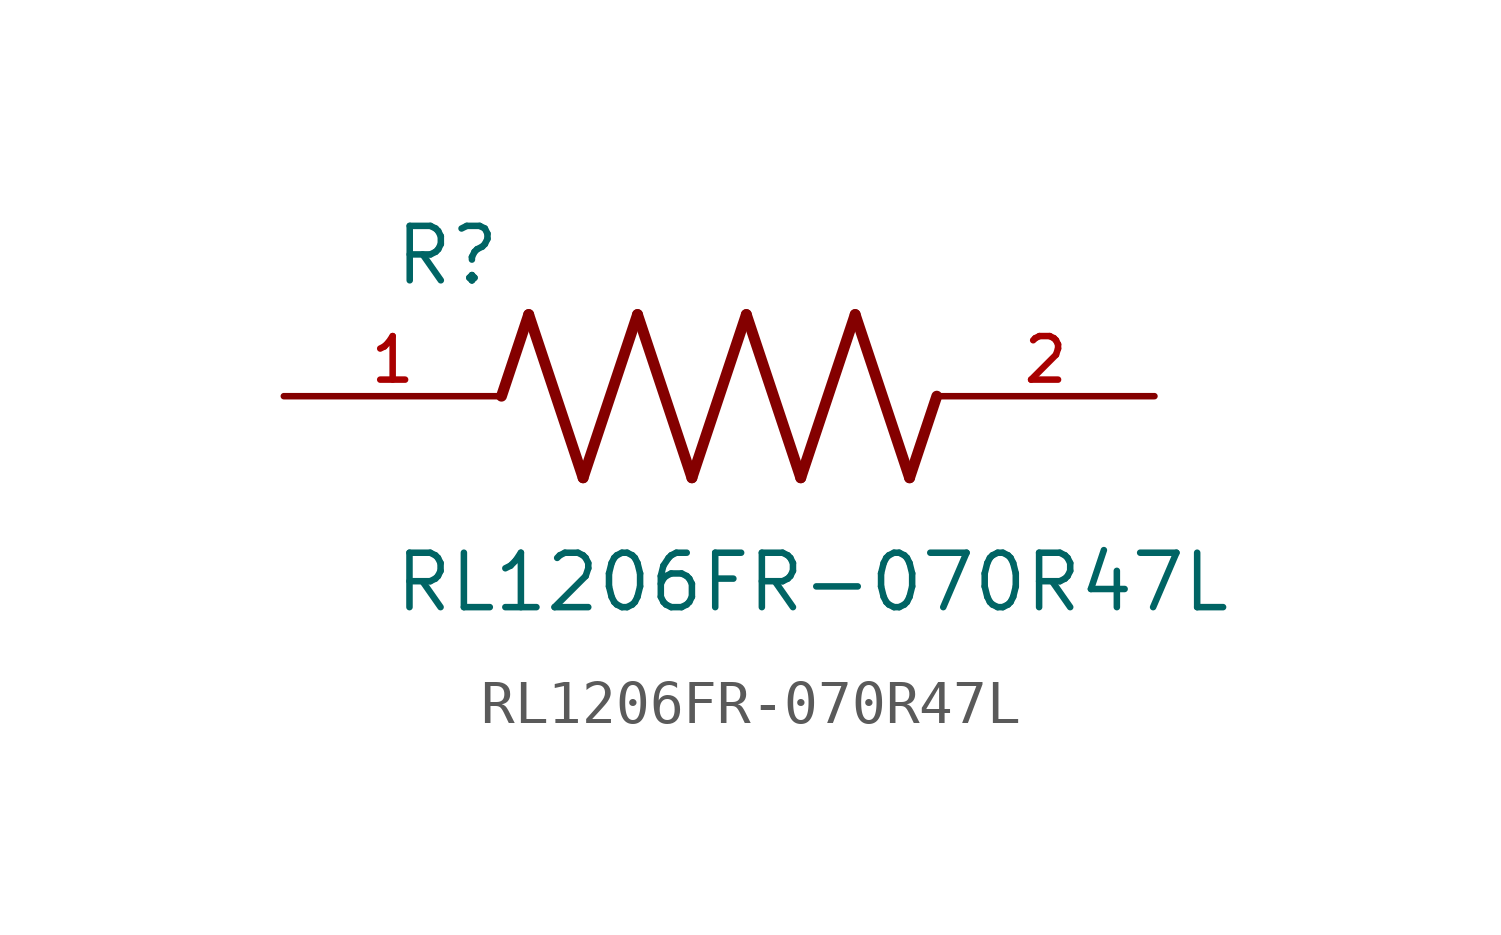
<source format=kicad_sym>
(kicad_symbol_lib
  (version 20211014)
  (generator kicad_symbol_editor)
  (symbol "RL1206FR-070R47L"
    (pin_names
      (offset 1.016))
    (property "Reference" "R"
      (at -7.624 2.541 0)
      (effects (font (size 1.27 1.27)) (justify bottom left)))
    (property "Value" "RL1206FR-070R47L"
      (at -7.63 -5.087 0)
      (effects (font (size 1.27 1.27)) (justify bottom left)))
    (symbol "RL1206FR-070R47L_0_0"
      (polyline (pts (xy -5.08 0.0) (xy -4.445 1.905)) (stroke (width 0.254)))
      (polyline (pts (xy -4.445 1.905) (xy -3.175 -1.905)) (stroke (width 0.254)))
      (polyline (pts (xy -3.175 -1.905) (xy -1.905 1.905)) (stroke (width 0.254)))
      (polyline (pts (xy -1.905 1.905) (xy -0.635 -1.905)) (stroke (width 0.254)))
      (polyline (pts (xy -0.635 -1.905) (xy 0.635 1.905)) (stroke (width 0.254)))
      (polyline (pts (xy 0.635 1.905) (xy 1.905 -1.905)) (stroke (width 0.254)))
      (polyline (pts (xy 1.905 -1.905) (xy 3.175 1.905)) (stroke (width 0.254)))
      (polyline (pts (xy 3.175 1.905) (xy 4.445 -1.905)) (stroke (width 0.254)))
      (polyline (pts (xy 4.445 -1.905) (xy 5.08 0.0)) (stroke (width 0.254)))
      (pin passive line (at -10.16 0.0 0) (length 5.08) (name "~" (effects (font (size 1.016 1.016)))) (number "1" (effects (font (size 1.016 1.016)))))
      (pin passive line (at 10.16 0.0 180.0) (length 5.08) (name "~" (effects (font (size 1.016 1.016)))) (number "2" (effects (font (size 1.016 1.016))))))))
</source>
